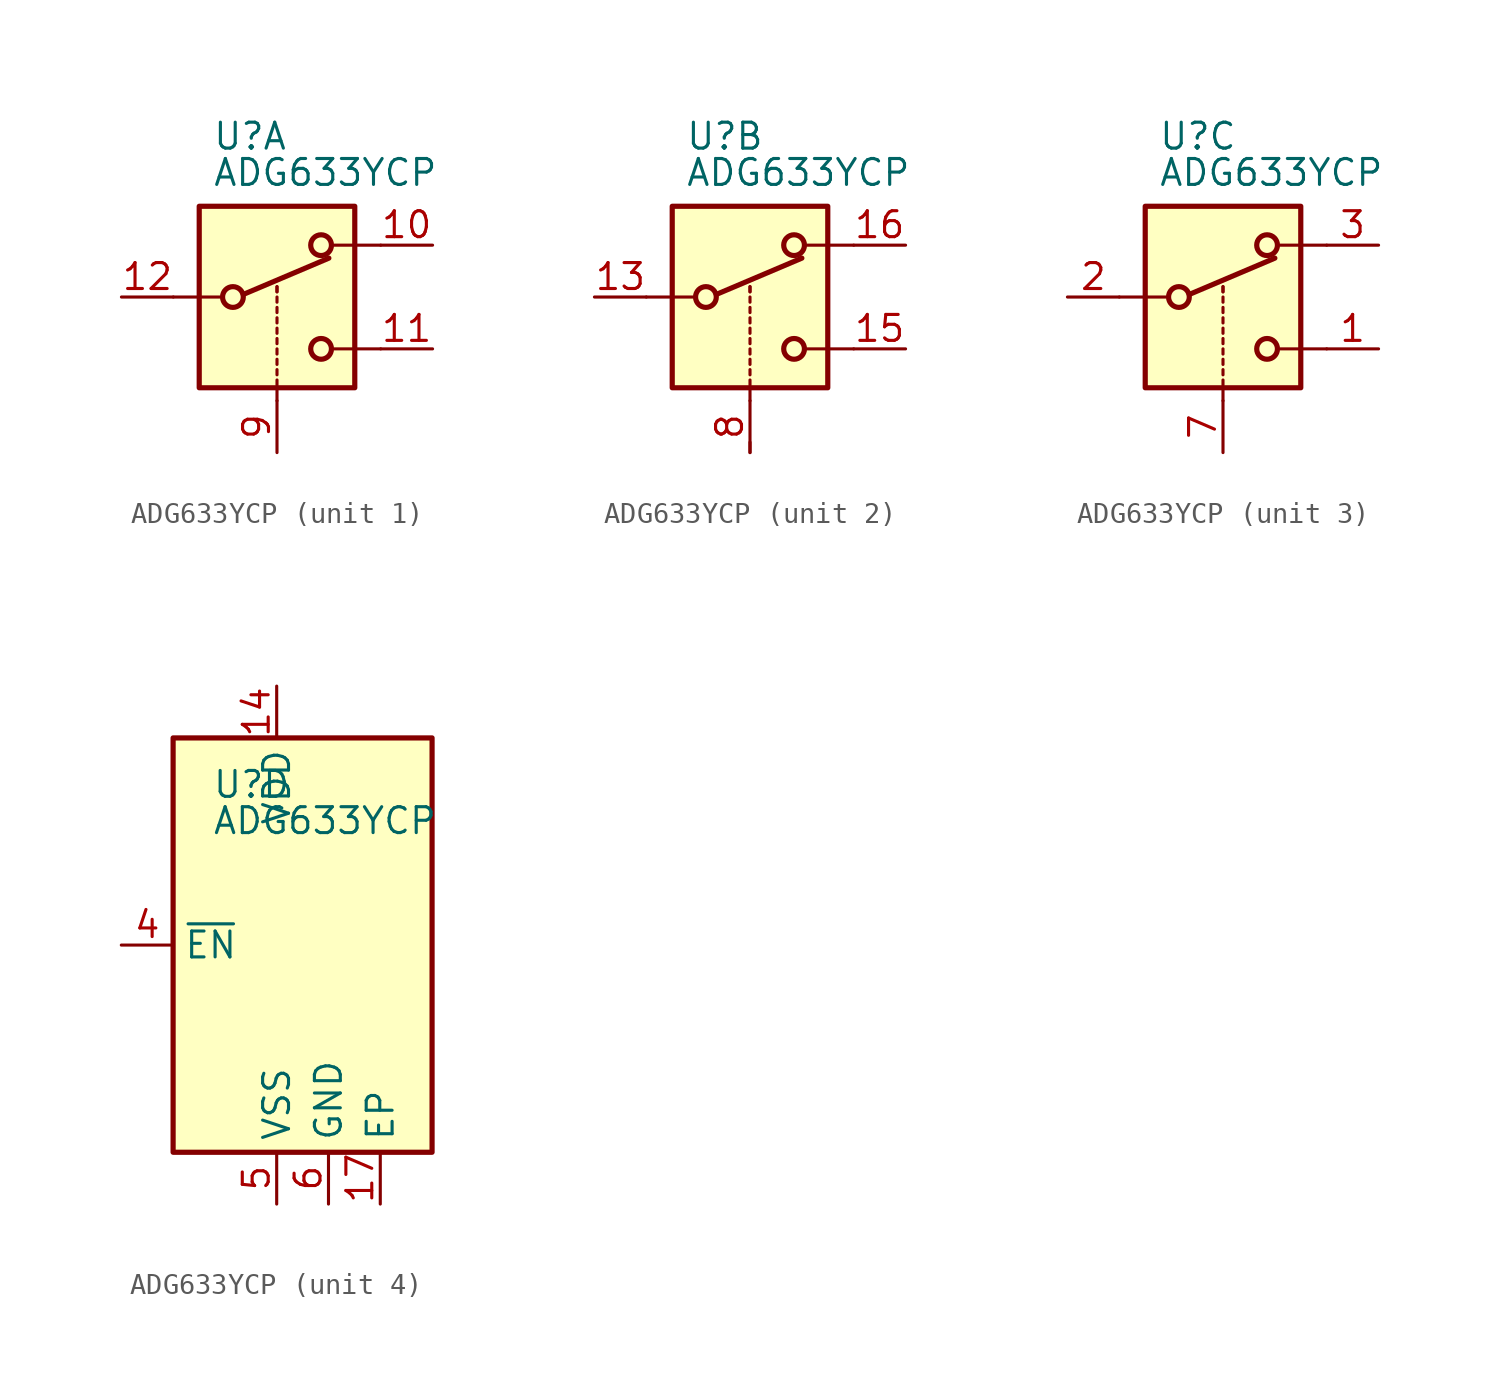
<source format=kicad_sym>
(kicad_symbol_lib
  (version 20241209)
  (generator "kicad_symbol_editor")
  (generator_version "9.0")
  (symbol "ADG633YCP"
    (property "Reference" "U"
      (at -3.175 7.874 0)
      (effects (font (size 1.27 1.27)) (justify left)))
    (property "Value" "ADG633YCP"
      (at -3.175 6.096 0)
      (effects (font (size 1.27 1.27)) (justify left)))
    (symbol "ADG633YCP_1_1"
      (polyline (pts (xy -5.08 0) (xy -2.794 0)) (stroke (width 0) (type default)) (fill (type none)))
      (rectangle (start -3.81 4.445) (end 3.81 -4.445) (stroke (width 0.254) (type default)) (fill (type background)))
      (circle (center -2.159 0) (radius 0.508) (stroke (width 0.254) (type default)) (fill (type none)))
      (polyline (pts (xy -1.651 0.127) (xy 2.54 1.905)) (stroke (width 0.254) (type default)) (fill (type none)))
      (polyline (pts (xy 0 0.254) (xy 0 0.508)) (stroke (width 0) (type default)) (fill (type none)))
      (polyline (pts (xy 0 0.254) (xy 0 0.508)) (stroke (width 0) (type default)) (fill (type none)))
      (polyline (pts (xy 0 -0.254) (xy 0 0)) (stroke (width 0) (type default)) (fill (type none)))
      (polyline (pts (xy 0 -0.762) (xy 0 -0.508)) (stroke (width 0) (type default)) (fill (type none)))
      (polyline (pts (xy 0 -1.27) (xy 0 -1.016)) (stroke (width 0) (type default)) (fill (type none)))
      (polyline (pts (xy 0 -1.778) (xy 0 -1.524)) (stroke (width 0) (type default)) (fill (type none)))
      (polyline (pts (xy 0 -2.286) (xy 0 -2.032)) (stroke (width 0) (type default)) (fill (type none)))
      (polyline (pts (xy 0 -2.794) (xy 0 -2.54)) (stroke (width 0) (type default)) (fill (type none)))
      (polyline (pts (xy 0 -3.302) (xy 0 -3.048)) (stroke (width 0) (type default)) (fill (type none)))
      (polyline (pts (xy 0 -3.81) (xy 0 -3.556)) (stroke (width 0) (type default)) (fill (type none)))
      (polyline (pts (xy 0 -4.318) (xy 0 -4.064)) (stroke (width 0) (type default)) (fill (type none)))
      (polyline (pts (xy 0 -5.08) (xy 0 -4.572)) (stroke (width 0) (type default)) (fill (type none)))
      (circle (center 2.159 2.54) (radius 0.508) (stroke (width 0.254) (type default)) (fill (type none)))
      (circle (center 2.159 -2.54) (radius 0.508) (stroke (width 0.254) (type default)) (fill (type none)))
      (polyline (pts (xy 5.08 2.54) (xy 2.794 2.54)) (stroke (width 0) (type default)) (fill (type none)))
      (polyline (pts (xy 5.08 -2.54) (xy 2.794 -2.54)) (stroke (width 0) (type default)) (fill (type none)))
      (pin passive line (at -7.62 0 0) (length 2.54) (name "~" (effects (font (size 1.27 1.27)))) (number "12" (effects (font (size 1.27 1.27)))))
      (pin input line (at 0 -7.62 90) (length 2.54) (name "~" (effects (font (size 1.27 1.27)))) (number "9" (effects (font (size 1.27 1.27)))))
      (pin passive line (at 7.62 2.54 180) (length 2.54) (name "~" (effects (font (size 1.27 1.27)))) (number "10" (effects (font (size 1.27 1.27)))))
      (pin passive line (at 7.62 -2.54 180) (length 2.54) (name "~" (effects (font (size 1.27 1.27)))) (number "11" (effects (font (size 1.27 1.27))))))
    (symbol "ADG633YCP_2_1"
      (polyline (pts (xy -5.08 0) (xy -2.794 0)) (stroke (width 0) (type default)) (fill (type none)))
      (rectangle (start -3.81 4.445) (end 3.81 -4.445) (stroke (width 0.254) (type default)) (fill (type background)))
      (circle (center -2.159 0) (radius 0.508) (stroke (width 0.254) (type default)) (fill (type none)))
      (polyline (pts (xy -1.651 0.127) (xy 2.54 1.905)) (stroke (width 0.254) (type default)) (fill (type none)))
      (polyline (pts (xy 0 0.254) (xy 0 0.508)) (stroke (width 0) (type default)) (fill (type none)))
      (polyline (pts (xy 0 0.254) (xy 0 0.508)) (stroke (width 0) (type default)) (fill (type none)))
      (polyline (pts (xy 0 -0.254) (xy 0 0)) (stroke (width 0) (type default)) (fill (type none)))
      (polyline (pts (xy 0 -0.762) (xy 0 -0.508)) (stroke (width 0) (type default)) (fill (type none)))
      (polyline (pts (xy 0 -1.27) (xy 0 -1.016)) (stroke (width 0) (type default)) (fill (type none)))
      (polyline (pts (xy 0 -1.778) (xy 0 -1.524)) (stroke (width 0) (type default)) (fill (type none)))
      (polyline (pts (xy 0 -2.286) (xy 0 -2.032)) (stroke (width 0) (type default)) (fill (type none)))
      (polyline (pts (xy 0 -2.794) (xy 0 -2.54)) (stroke (width 0) (type default)) (fill (type none)))
      (polyline (pts (xy 0 -3.302) (xy 0 -3.048)) (stroke (width 0) (type default)) (fill (type none)))
      (polyline (pts (xy 0 -3.81) (xy 0 -3.556)) (stroke (width 0) (type default)) (fill (type none)))
      (polyline (pts (xy 0 -4.318) (xy 0 -4.064)) (stroke (width 0) (type default)) (fill (type none)))
      (polyline (pts (xy 0 -5.08) (xy 0 -4.572)) (stroke (width 0) (type default)) (fill (type none)))
      (polyline (pts (xy 0 -7.62) (xy 0 -7.112)) (stroke (width 0) (type default)) (fill (type none)))
      (circle (center 2.159 2.54) (radius 0.508) (stroke (width 0.254) (type default)) (fill (type none)))
      (circle (center 2.159 -2.54) (radius 0.508) (stroke (width 0.254) (type default)) (fill (type none)))
      (polyline (pts (xy 5.08 2.54) (xy 2.794 2.54)) (stroke (width 0) (type default)) (fill (type none)))
      (polyline (pts (xy 5.08 -2.54) (xy 2.794 -2.54)) (stroke (width 0) (type default)) (fill (type none)))
      (pin passive line (at -7.62 0 0) (length 2.54) (name "~" (effects (font (size 1.27 1.27)))) (number "13" (effects (font (size 1.27 1.27)))))
      (pin input line (at 0 -7.62 90) (length 2.54) (name "~" (effects (font (size 1.27 1.27)))) (number "8" (effects (font (size 1.27 1.27)))))
      (pin passive line (at 7.62 2.54 180) (length 2.54) (name "~" (effects (font (size 1.27 1.27)))) (number "16" (effects (font (size 1.27 1.27)))))
      (pin passive line (at 7.62 -2.54 180) (length 2.54) (name "~" (effects (font (size 1.27 1.27)))) (number "15" (effects (font (size 1.27 1.27))))))
    (symbol "ADG633YCP_3_1"
      (polyline (pts (xy -5.08 0) (xy -2.794 0)) (stroke (width 0) (type default)) (fill (type none)))
      (rectangle (start -3.81 4.445) (end 3.81 -4.445) (stroke (width 0.254) (type default)) (fill (type background)))
      (circle (center -2.159 0) (radius 0.508) (stroke (width 0.254) (type default)) (fill (type none)))
      (polyline (pts (xy -1.651 0.127) (xy 2.54 1.905)) (stroke (width 0.254) (type default)) (fill (type none)))
      (polyline (pts (xy 0 0.254) (xy 0 0.508)) (stroke (width 0) (type default)) (fill (type none)))
      (polyline (pts (xy 0 0.254) (xy 0 0.508)) (stroke (width 0) (type default)) (fill (type none)))
      (polyline (pts (xy 0 -0.254) (xy 0 0)) (stroke (width 0) (type default)) (fill (type none)))
      (polyline (pts (xy 0 -0.762) (xy 0 -0.508)) (stroke (width 0) (type default)) (fill (type none)))
      (polyline (pts (xy 0 -1.27) (xy 0 -1.016)) (stroke (width 0) (type default)) (fill (type none)))
      (polyline (pts (xy 0 -1.778) (xy 0 -1.524)) (stroke (width 0) (type default)) (fill (type none)))
      (polyline (pts (xy 0 -2.286) (xy 0 -2.032)) (stroke (width 0) (type default)) (fill (type none)))
      (polyline (pts (xy 0 -2.794) (xy 0 -2.54)) (stroke (width 0) (type default)) (fill (type none)))
      (polyline (pts (xy 0 -3.302) (xy 0 -3.048)) (stroke (width 0) (type default)) (fill (type none)))
      (polyline (pts (xy 0 -3.81) (xy 0 -3.556)) (stroke (width 0) (type default)) (fill (type none)))
      (polyline (pts (xy 0 -4.318) (xy 0 -4.064)) (stroke (width 0) (type default)) (fill (type none)))
      (polyline (pts (xy 0 -5.08) (xy 0 -4.572)) (stroke (width 0) (type default)) (fill (type none)))
      (circle (center 2.159 2.54) (radius 0.508) (stroke (width 0.254) (type default)) (fill (type none)))
      (circle (center 2.159 -2.54) (radius 0.508) (stroke (width 0.254) (type default)) (fill (type none)))
      (polyline (pts (xy 5.08 2.54) (xy 2.794 2.54)) (stroke (width 0) (type default)) (fill (type none)))
      (polyline (pts (xy 5.08 -2.54) (xy 2.794 -2.54)) (stroke (width 0) (type default)) (fill (type none)))
      (pin passive line (at -7.62 0 0) (length 2.54) (name "~" (effects (font (size 1.27 1.27)))) (number "2" (effects (font (size 1.27 1.27)))))
      (pin input line (at 0 -7.62 90) (length 2.54) (name "~" (effects (font (size 1.27 1.27)))) (number "7" (effects (font (size 1.27 1.27)))))
      (pin passive line (at 7.62 2.54 180) (length 2.54) (name "~" (effects (font (size 1.27 1.27)))) (number "3" (effects (font (size 1.27 1.27)))))
      (pin passive line (at 7.62 -2.54 180) (length 2.54) (name "~" (effects (font (size 1.27 1.27)))) (number "1" (effects (font (size 1.27 1.27))))))
    (symbol "ADG633YCP_4_0"
      (pin input line (at -7.62 0 0) (length 2.54) (name "~{EN}" (effects (font (size 1.27 1.27)))) (number "4" (effects (font (size 1.27 1.27)))))
      (pin power_in line (at 0 12.7 270) (length 2.54) (name "VDD" (effects (font (size 1.27 1.27)))) (number "14" (effects (font (size 1.27 1.27)))))
      (pin power_in line (at 0 -12.7 90) (length 2.54) (name "VSS" (effects (font (size 1.27 1.27)))) (number "5" (effects (font (size 1.27 1.27)))))
      (pin power_in line (at 2.54 -12.7 90) (length 2.54) (name "GND" (effects (font (size 1.27 1.27)))) (number "6" (effects (font (size 1.27 1.27)))))
      (pin power_in line (at 5.08 -12.7 90) (length 2.54) (name "EP" (effects (font (size 1.27 1.27)))) (number "17" (effects (font (size 1.27 1.27))))))
    (symbol "ADG633YCP_4_1"
      (rectangle (start -5.08 10.16) (end 7.62 -10.16) (stroke (width 0.254) (type default)) (fill (type background))))))
</source>
